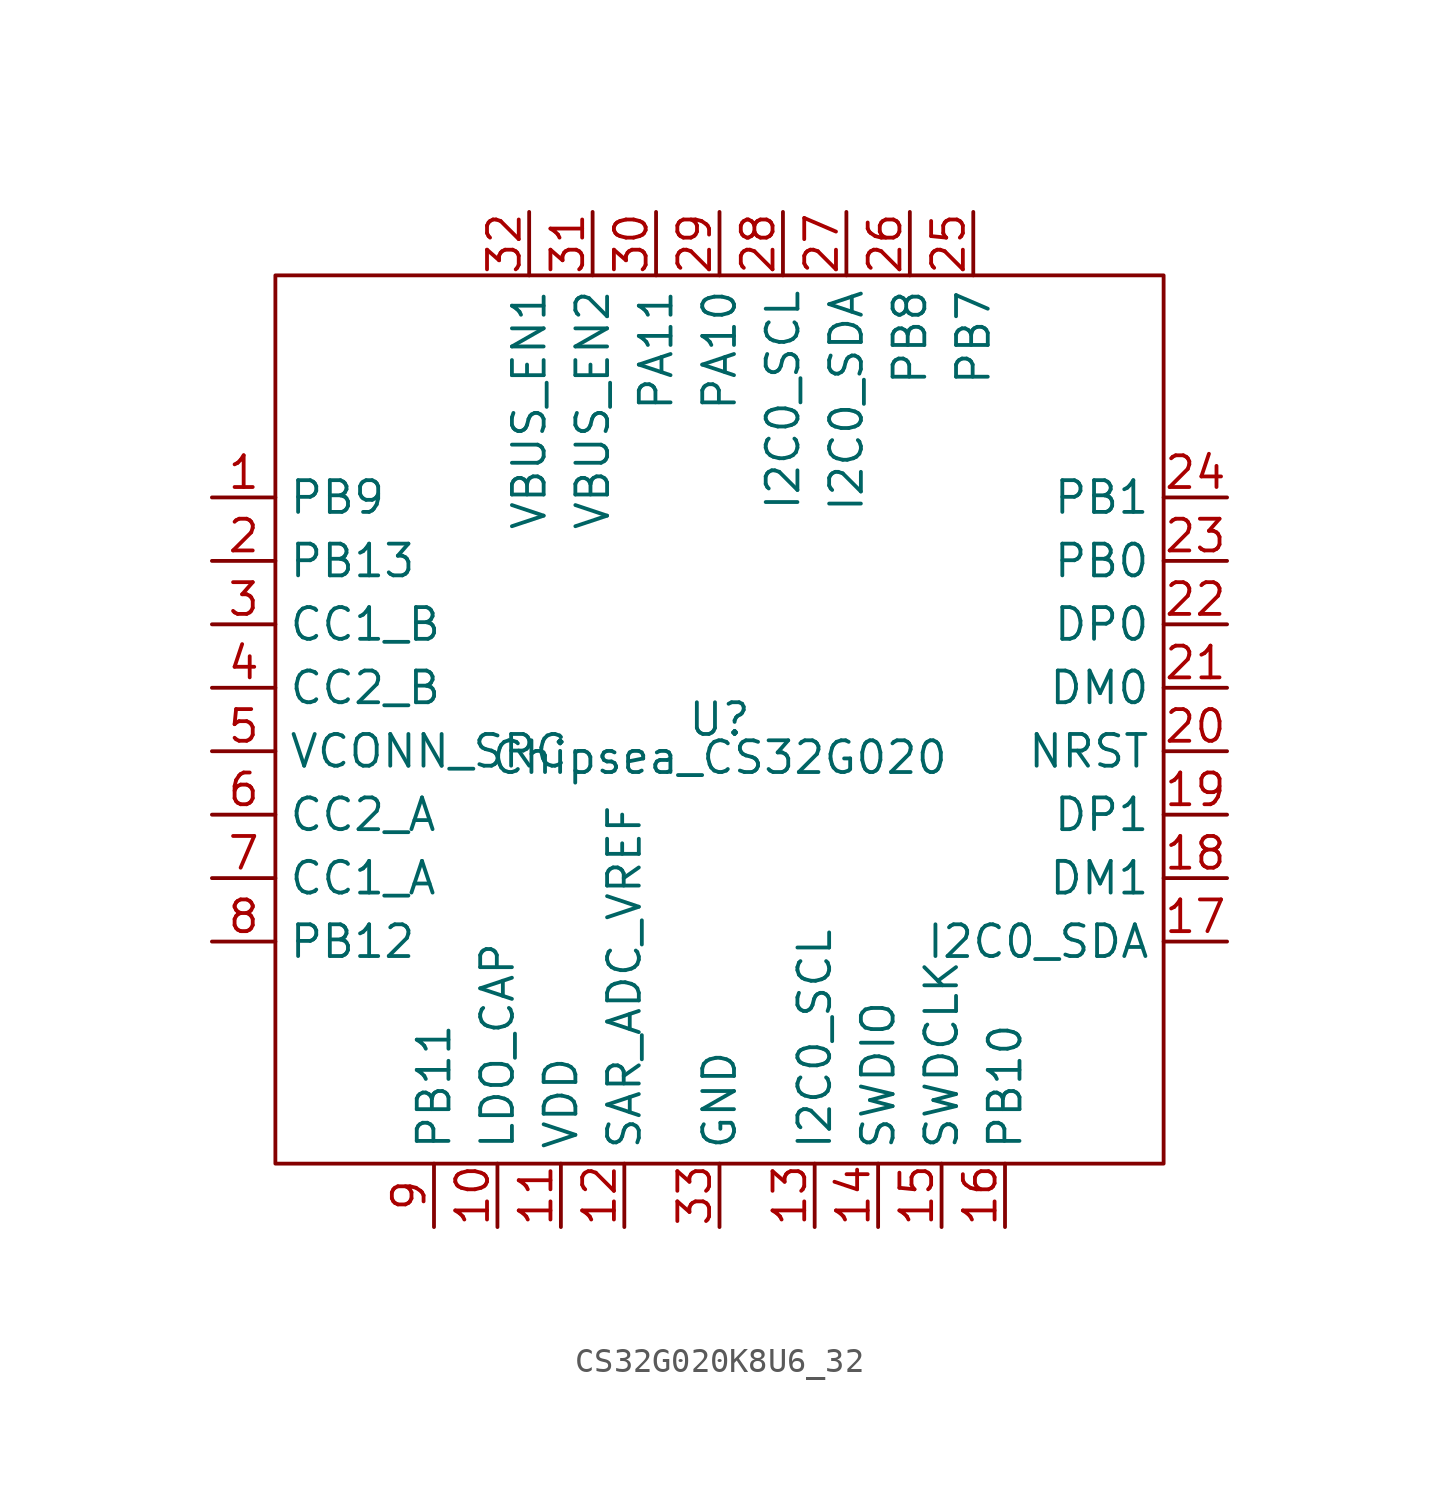
<source format=kicad_sym>
(kicad_symbol_lib
  (version 20231120)
  (generator "kicad_symbol_editor")
  (generator_version "8.0")
  (symbol "CS32G020K8U6_32"
    (property "Reference" "U"
      (at 0 0 0)
      (effects (font (size 1.27 1.27))))
    (property "Value" "Chipsea_CS32G020"
      (at 0 -1.524 0)
      (effects (font (size 1.27 1.27))))
    (symbol "CS32G020K8U6_32_0_1"
      (rectangle (start -17.78 17.78) (end 17.78 -17.78) (stroke (width 0) (type default)) (fill (type none))))
    (symbol "CS32G020K8U6_32_1_1"
      (pin bidirectional line (at -20.32 8.89 0) (length 2.54) (name "PB9" (effects (font (size 1.27 1.27)))) (number "1" (effects (font (size 1.27 1.27)))) (alternate "PB9/AINP9" bidirectional line))
      (pin bidirectional line (at -8.89 -20.32 90) (length 2.54) (name "LDO_CAP" (effects (font (size 1.27 1.27)))) (number "10" (effects (font (size 1.27 1.27)))))
      (pin bidirectional line (at -6.35 -20.32 90) (length 2.54) (name "VDD" (effects (font (size 1.27 1.27)))) (number "11" (effects (font (size 1.27 1.27)))))
      (pin bidirectional line (at -3.81 -20.32 90) (length 2.54) (name "SAR_ADC_VREF" (effects (font (size 1.27 1.27)))) (number "12" (effects (font (size 1.27 1.27)))))
      (pin bidirectional line (at 3.81 -20.32 90) (length 2.54) (name "I2C0_SCL" (effects (font (size 1.27 1.27)))) (number "13" (effects (font (size 1.27 1.27)))) (alternate "PA0/AINP0/C1N/I2C0_SCL/UART0_TXD/SPI0_CLK" bidirectional line) (alternate "PWM0/EINT0/T0/INT_VREF/CMP1_VREF" bidirectional line))
      (pin bidirectional line (at 6.35 -20.32 90) (length 2.54) (name "SWDIO" (effects (font (size 1.27 1.27)))) (number "14" (effects (font (size 1.27 1.27)))) (alternate "PA1/AINN0/C1P/SWDIO/SPI0_MOSI/PWM1/PDA" bidirectional line))
      (pin bidirectional line (at 8.89 -20.32 90) (length 2.54) (name "SWDCLK" (effects (font (size 1.27 1.27)))) (number "15" (effects (font (size 1.27 1.27)))) (alternate "PA2/AINP1/C1N/SWDCLK/PWM2/PCL" bidirectional line))
      (pin bidirectional line (at 11.43 -20.32 90) (length 2.54) (name "PB10" (effects (font (size 1.27 1.27)))) (number "16" (effects (font (size 1.27 1.27)))))
      (pin bidirectional line (at 20.32 -8.89 180) (length 2.54) (name "I2C0_SDA" (effects (font (size 1.27 1.27)))) (number "17" (effects (font (size 1.27 1.27)))) (alternate "PA3/AINN1/C1P/CON/I2C0_SDA/UART0_RXD" bidirectional line) (alternate "SPI0_MISO/PWM2/EINT1/T1/DAC_OUT" bidirectional line))
      (pin bidirectional line (at 20.32 -6.35 180) (length 2.54) (name "DM1" (effects (font (size 1.27 1.27)))) (number "18" (effects (font (size 1.27 1.27)))) (alternate " PA4/AINP2/C1P/PWM1/C0P/DM1/QCDM1_VREF" bidirectional line))
      (pin bidirectional line (at 20.32 -3.81 180) (length 2.54) (name "DP1" (effects (font (size 1.27 1.27)))) (number "19" (effects (font (size 1.27 1.27)))) (alternate "PA5/AINN2/SPI0_SS/PWM0/C0N/DP1/QCDP1_VREF" bidirectional line))
      (pin bidirectional line (at -20.32 6.35 0) (length 2.54) (name "PB13" (effects (font (size 1.27 1.27)))) (number "2" (effects (font (size 1.27 1.27)))) (alternate " PB13/AINN9" bidirectional line))
      (pin bidirectional line (at 20.32 -1.27 180) (length 2.54) (name "NRST" (effects (font (size 1.27 1.27)))) (number "20" (effects (font (size 1.27 1.27)))))
      (pin bidirectional line (at 20.32 1.27 180) (length 2.54) (name "DM0" (effects (font (size 1.27 1.27)))) (number "21" (effects (font (size 1.27 1.27)))) (alternate "PA6/AINP3/C1P/C0P/DM0/QCDM0_VREF/PWM2" bidirectional line))
      (pin bidirectional line (at 20.32 3.81 180) (length 2.54) (name "DP0" (effects (font (size 1.27 1.27)))) (number "22" (effects (font (size 1.27 1.27)))) (alternate " PA7/AINN3/C0N/UART0_TXD/SPI0_MOSI/PWM1" bidirectional line) (alternate "WKUP0/STADC/DP0/QCDP0_VREF" bidirectional line))
      (pin bidirectional line (at 20.32 6.35 180) (length 2.54) (name "PB0" (effects (font (size 1.27 1.27)))) (number "23" (effects (font (size 1.27 1.27)))) (alternate "PB0/AINP4/C0P/TM_TRG1/PWM0/PWM0L" bidirectional line))
      (pin bidirectional line (at 20.32 8.89 180) (length 2.54) (name "PB1" (effects (font (size 1.27 1.27)))) (number "24" (effects (font (size 1.27 1.27)))) (alternate "PB1/AINN4/PWM1/PWM0H" bidirectional line))
      (pin bidirectional line (at 10.16 20.32 270) (length 2.54) (name "PB7" (effects (font (size 1.27 1.27)))) (number "25" (effects (font (size 1.27 1.27)))) (alternate "PB7/PWM2H" bidirectional line))
      (pin bidirectional line (at 7.62 20.32 270) (length 2.54) (name "PB8" (effects (font (size 1.27 1.27)))) (number "26" (effects (font (size 1.27 1.27)))) (alternate "PB8/PWM2L" bidirectional line))
      (pin bidirectional line (at 5.08 20.32 270) (length 2.54) (name "I2C0_SDA" (effects (font (size 1.27 1.27)))) (number "27" (effects (font (size 1.27 1.27)))) (alternate "PA8/AINP5/I2C0_SDA/UART0_RXD/SPI0_SS" bidirectional line) (alternate "PWM0/EINT2/T2" bidirectional line))
      (pin bidirectional line (at 2.54 20.32 270) (length 2.54) (name "I2C0_SCL" (effects (font (size 1.27 1.27)))) (number "28" (effects (font (size 1.27 1.27)))) (alternate "PA9/AINN5/I2C0_SCL/UART0_TXD/SPI0_MISO" bidirectional line))
      (pin bidirectional line (at 0 20.32 270) (length 2.54) (name "PA10" (effects (font (size 1.27 1.27)))) (number "29" (effects (font (size 1.27 1.27)))) (alternate "PA10/AINP6/C0P/PWM1/PWM1L" bidirectional line))
      (pin bidirectional line (at -20.32 3.81 0) (length 2.54) (name "CC1_B" (effects (font (size 1.27 1.27)))) (number "3" (effects (font (size 1.27 1.27)))) (alternate "PA12/UART0_RXD/AINP7/CC1_B/C1P/C0P" bidirectional line))
      (pin bidirectional line (at -2.54 20.32 270) (length 2.54) (name "PA11" (effects (font (size 1.27 1.27)))) (number "30" (effects (font (size 1.27 1.27)))) (alternate "PA11/AINN6/C0N/PWM2/PWM1H" bidirectional line))
      (pin bidirectional line (at -5.08 20.32 270) (length 2.54) (name "VBUS_EN2" (effects (font (size 1.27 1.27)))) (number "31" (effects (font (size 1.27 1.27)))) (alternate "PB2/PWM2/VBUS_EN2" bidirectional line))
      (pin bidirectional line (at -7.62 20.32 270) (length 2.54) (name "VBUS_EN1" (effects (font (size 1.27 1.27)))) (number "32" (effects (font (size 1.27 1.27)))) (alternate "PB3/C1P/CKO/VBUS_EN1" bidirectional line))
      (pin bidirectional line (at 0 -20.32 90) (length 2.54) (name "GND" (effects (font (size 1.27 1.27)))) (number "33" (effects (font (size 1.27 1.27)))))
      (pin bidirectional line (at -20.32 1.27 0) (length 2.54) (name "CC2_B" (effects (font (size 1.27 1.27)))) (number "4" (effects (font (size 1.27 1.27)))) (alternate " PA13/AINN7/CC2_B/C1P/C0P" bidirectional line))
      (pin bidirectional line (at -20.32 -1.27 0) (length 2.54) (name "VCONN_SRC" (effects (font (size 1.27 1.27)))) (number "5" (effects (font (size 1.27 1.27)))) (alternate " VCONN_SRC" bidirectional line))
      (pin bidirectional line (at -20.32 -3.81 0) (length 2.54) (name "CC2_A" (effects (font (size 1.27 1.27)))) (number "6" (effects (font (size 1.27 1.27)))) (alternate " PA14/AINP8/CC2_A/C1P/C0P" bidirectional line))
      (pin bidirectional line (at -20.32 -6.35 0) (length 2.54) (name "CC1_A" (effects (font (size 1.27 1.27)))) (number "7" (effects (font (size 1.27 1.27)))) (alternate "PA15/AINN8/CC1_A/C1P/C0P/WKUP1" bidirectional line))
      (pin bidirectional line (at -20.32 -8.89 0) (length 2.54) (name "PB12" (effects (font (size 1.27 1.27)))) (number "8" (effects (font (size 1.27 1.27)))) (alternate "PB12/TM_TRG2" bidirectional line))
      (pin bidirectional line (at -11.43 -20.32 90) (length 2.54) (name "PB11" (effects (font (size 1.27 1.27)))) (number "9" (effects (font (size 1.27 1.27)))) (alternate "PB11/LOAD_IN" bidirectional line)))))
</source>
